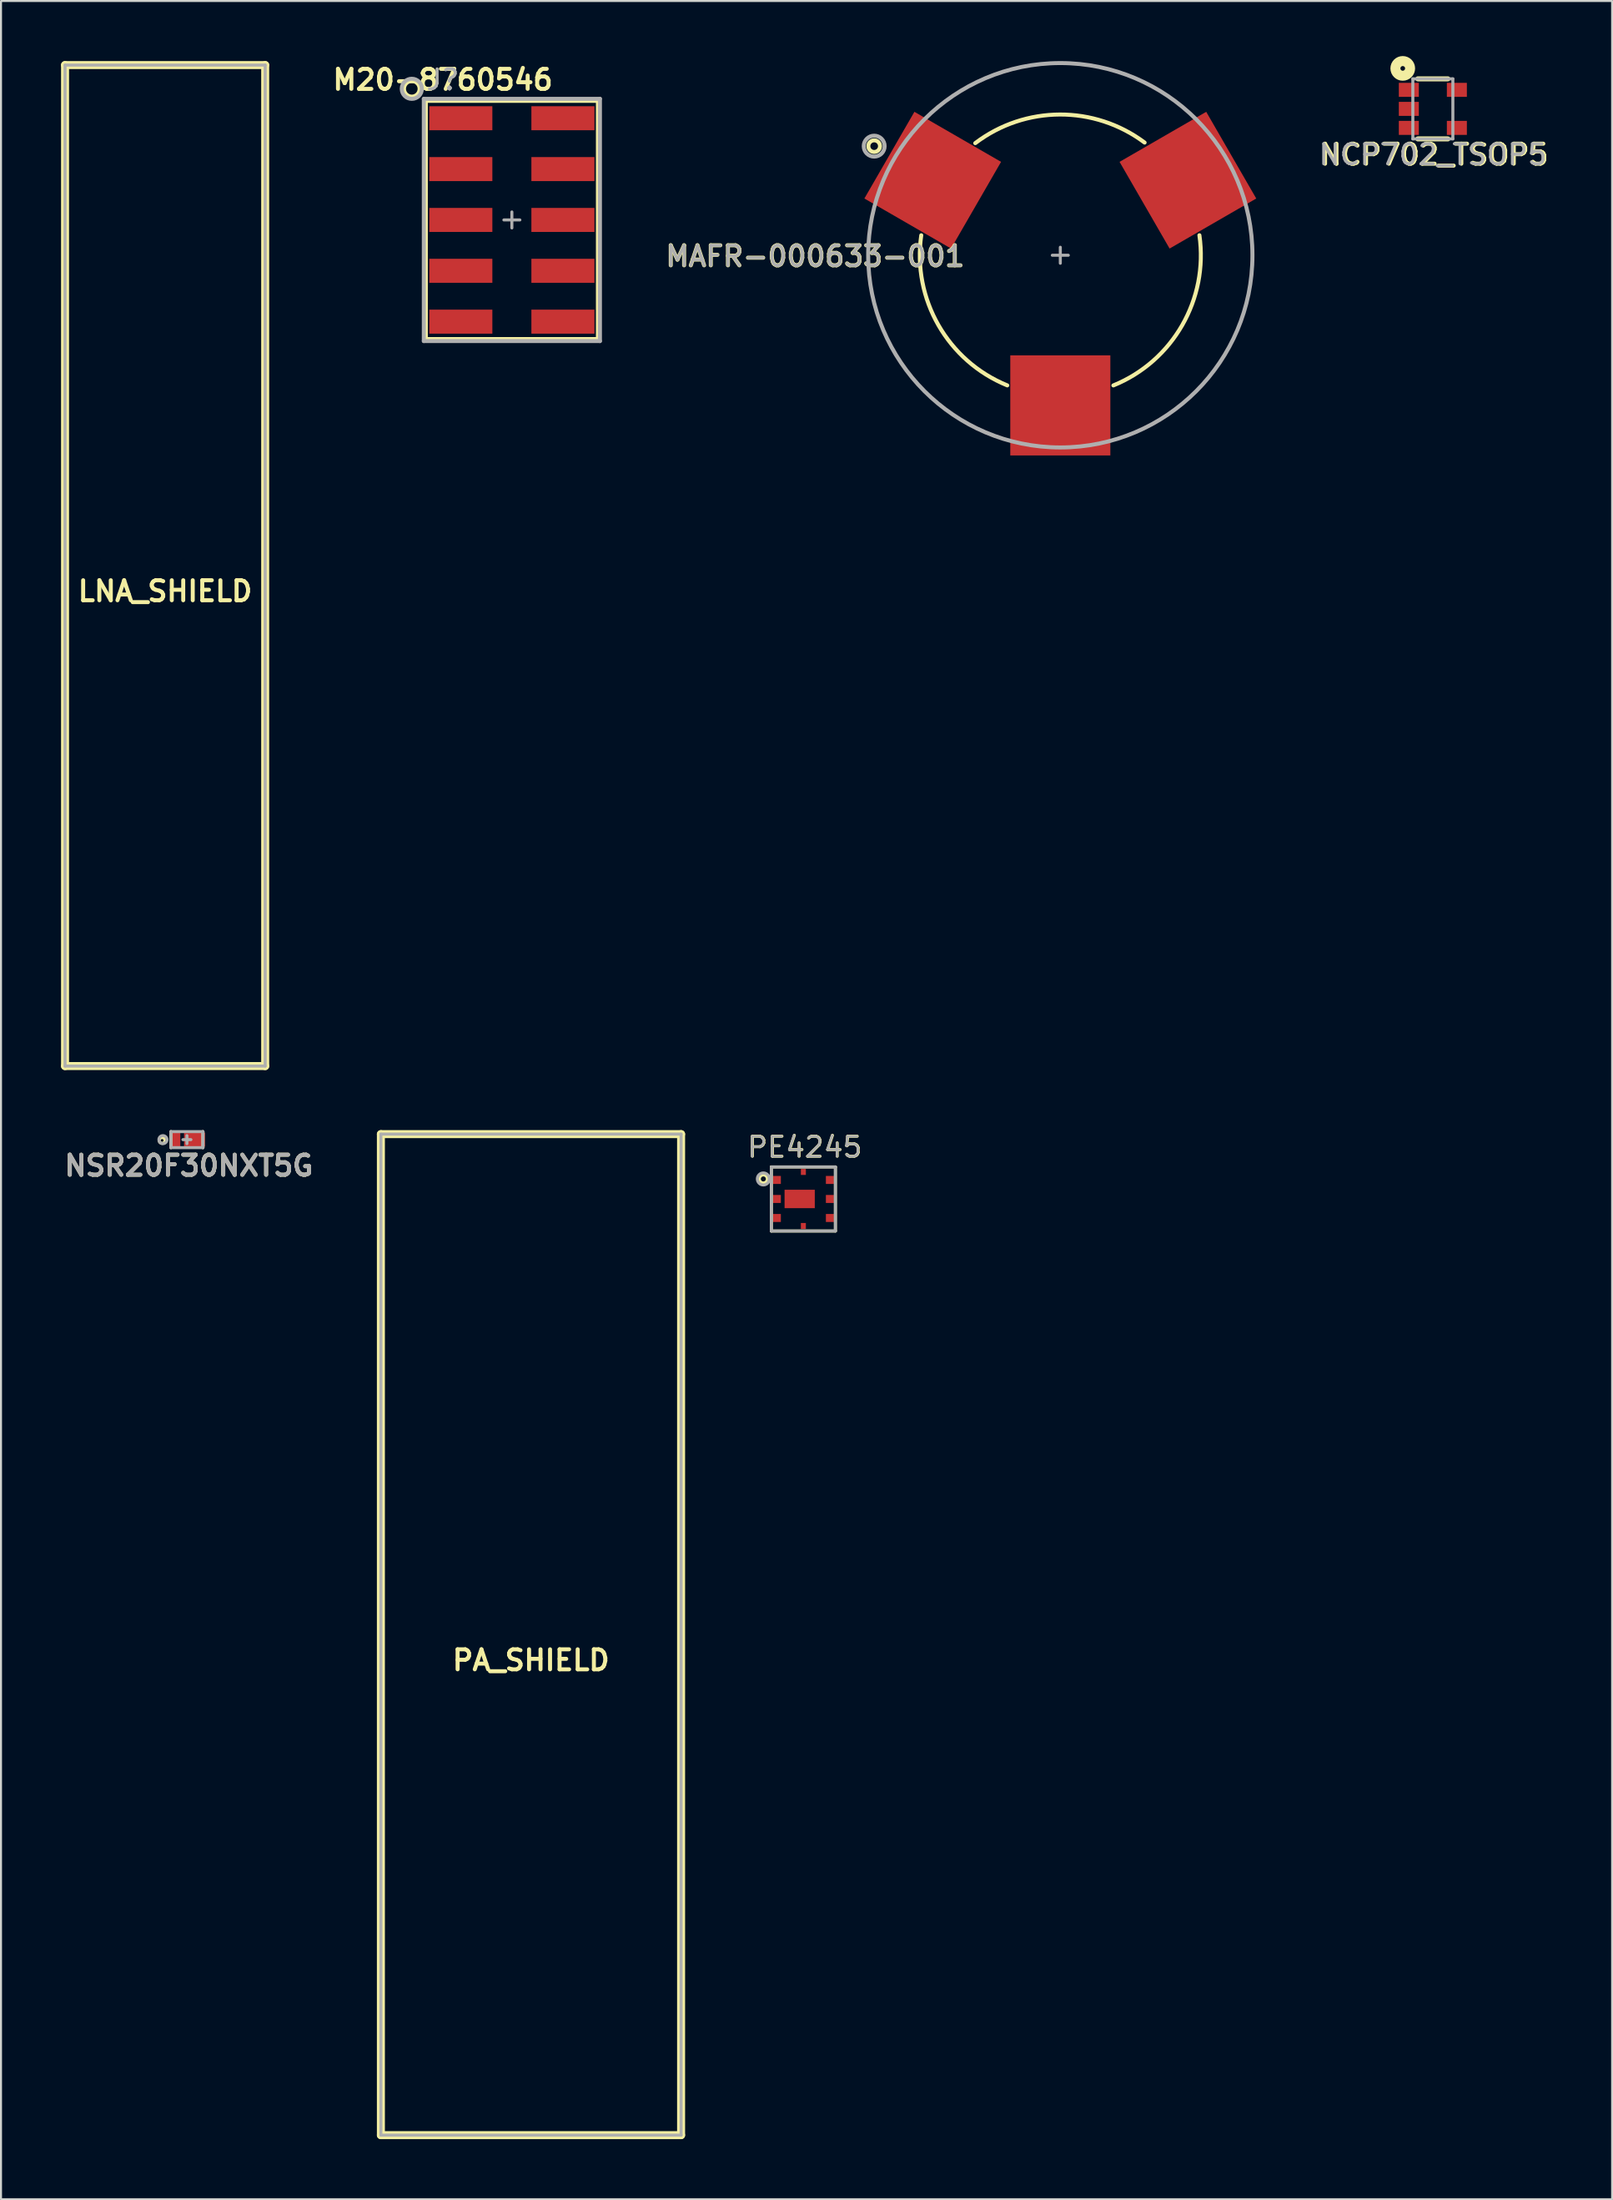
<source format=kicad_pcb>
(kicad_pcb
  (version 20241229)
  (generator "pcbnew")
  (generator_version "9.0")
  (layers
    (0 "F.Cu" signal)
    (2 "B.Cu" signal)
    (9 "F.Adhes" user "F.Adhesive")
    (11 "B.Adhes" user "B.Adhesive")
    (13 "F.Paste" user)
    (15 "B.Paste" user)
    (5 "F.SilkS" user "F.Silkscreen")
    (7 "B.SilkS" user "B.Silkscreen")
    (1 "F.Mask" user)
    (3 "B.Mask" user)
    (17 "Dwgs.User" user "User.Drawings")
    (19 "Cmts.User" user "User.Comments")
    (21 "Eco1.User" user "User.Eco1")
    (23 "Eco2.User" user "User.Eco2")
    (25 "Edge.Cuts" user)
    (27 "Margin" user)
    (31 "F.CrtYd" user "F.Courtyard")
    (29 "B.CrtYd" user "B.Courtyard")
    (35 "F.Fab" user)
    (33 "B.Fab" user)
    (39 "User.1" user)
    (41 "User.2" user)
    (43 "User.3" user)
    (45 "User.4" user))
  (footprint "M20-8760546"
    (layer "F.Cu")
    (at 22.526 7.936)
    (property "Reference" "M20-8760546" (at -3.45 -7 0) (layer "F.SilkS") (effects (font (size 1 1) (thickness 0.2))))
    (attr smd)
    (fp_line (start -4.3 -5.95) (end -4.3 5.95) (stroke (width 0.2) (type solid)) (layer "F.SilkS"))
    (fp_line (start -4.3 -5.95) (end 4.3 -5.95) (stroke (width 0.2) (type solid)) (layer "F.SilkS"))
    (fp_line (start 4.3 -5.95) (end 4.3 5.95) (stroke (width 0.2) (type solid)) (layer "F.SilkS"))
    (fp_line (start 4.3 5.95) (end -4.3 5.95) (stroke (width 0.2) (type solid)) (layer "F.SilkS"))
    (fp_circle (center -5 -6.55) (end -4.7 -6.3) (stroke (width 0.2) (type solid)) (fill no) (layer "F.SilkS"))
    (fp_line (start -4.4 6.05) (end -4.4 -6.05) (stroke (width 0.2) (type solid)) (layer "F.Fab"))
    (fp_line (start -4.4 6.05) (end 4.4 6.05) (stroke (width 0.2) (type solid)) (layer "F.Fab"))
    (fp_line (start -0.4 0) (end 0.4 0) (stroke (width 0.15) (type solid)) (layer "F.Fab"))
    (fp_line (start 0 -0.4) (end 0 0.4) (stroke (width 0.15) (type solid)) (layer "F.Fab"))
    (fp_line (start 4.4 -6.05) (end -4.4 -6.05) (stroke (width 0.2) (type solid)) (layer "F.Fab"))
    (fp_line (start 4.4 -6.05) (end 4.4 6.05) (stroke (width 0.2) (type solid)) (layer "F.Fab"))
    (fp_circle (center -5 -6.55) (end -4.5 -6.6) (stroke (width 0.2) (type solid)) (fill no) (layer "F.Fab"))
    (fp_text user "J?" (at -3.45 -7 0) (layer "F.Fab") (effects (font (size 1 1) (thickness 0.15))))
    (pad "1" smd rect (at -2.55 -5.08) (size 3.15 1.2) (layers "F.Cu" "F.Mask" "F.Paste"))
    (pad "2" smd rect (at 2.55 -5.08) (size 3.15 1.2) (layers "F.Cu" "F.Mask" "F.Paste"))
    (pad "3" smd rect (at -2.55 -2.54) (size 3.15 1.2) (layers "F.Cu" "F.Mask" "F.Paste"))
    (pad "4" smd rect (at 2.55 -2.54) (size 3.15 1.2) (layers "F.Cu" "F.Mask" "F.Paste"))
    (pad "5" smd rect (at -2.55 0) (size 3.15 1.2) (layers "F.Cu" "F.Mask" "F.Paste"))
    (pad "6" smd rect (at 2.55 0) (size 3.15 1.2) (layers "F.Cu" "F.Mask" "F.Paste"))
    (pad "7" smd rect (at -2.55 2.54) (size 3.15 1.2) (layers "F.Cu" "F.Mask" "F.Paste"))
    (pad "8" smd rect (at 2.55 2.54) (size 3.15 1.2) (layers "F.Cu" "F.Mask" "F.Paste"))
    (pad "9" smd rect (at -2.55 5.08) (size 3.15 1.2) (layers "F.Cu" "F.Mask" "F.Paste"))
    (pad "10" smd rect (at 2.55 5.08) (size 3.15 1.2) (layers "F.Cu" "F.Mask" "F.Paste")))
  (footprint "NCP702_TSOP5"
    (layer "F.Cu")
    (at 68.543 2.388)
    (property "Reference" "NCP702_TSOP5" (at 0.066 2.287 0) (layer "F.SilkS") (effects (font (size 1 1) (thickness 0.2))))
    (attr smd)
    (fp_line (start -0.75 -1.5) (end 0.75 -1.5) (stroke (width 0.25) (type solid)) (layer "F.SilkS"))
    (fp_line (start -0.75 1.5) (end 0.75 1.5) (stroke (width 0.25) (type solid)) (layer "F.SilkS"))
    (fp_circle (center -1.504 -2.022) (end -1.402 -2.078) (stroke (width 0.5) (type solid)) (fill no) (layer "F.SilkS"))
    (fp_line (start -1 -1.5) (end 1 -1.5) (stroke (width 0.15) (type solid)) (layer "F.Fab"))
    (fp_line (start -1 1.5) (end -1 -1.5) (stroke (width 0.15) (type solid)) (layer "F.Fab"))
    (fp_line (start 1 -1.5) (end 1 1.5) (stroke (width 0.15) (type solid)) (layer "F.Fab"))
    (fp_line (start 1 1.5) (end -1 1.5) (stroke (width 0.15) (type solid)) (layer "F.Fab"))
    (fp_text user "${REFERENCE}" (at 0 2.286 0) (layer "F.Fab") (effects (font (size 1 1) (thickness 0.15))))
    (pad "1" smd rect (at -1.2 -0.95) (size 1 0.7) (layers "F.Cu" "F.Mask" "F.Paste"))
    (pad "2" smd rect (at -1.2 0) (size 1 0.7) (layers "F.Cu" "F.Mask" "F.Paste"))
    (pad "3" smd rect (at -1.2 0.95) (size 1 0.7) (layers "F.Cu" "F.Mask" "F.Paste"))
    (pad "4" smd rect (at 1.2 0.95) (size 1 0.7) (layers "F.Cu" "F.Mask" "F.Paste"))
    (pad "5" smd rect (at 1.2 -0.95) (size 1 0.7) (layers "F.Cu" "F.Mask" "F.Paste")))
  (footprint "PA_SHIELD"
    (layer "F.Cu")
    (at 23.481 78.6)
    (property "Reference" "PA_SHIELD" (at 0 1.28 0) (layer "F.SilkS") (effects (font (size 1 1) (thickness 0.2))))
    (attr smd)
    (fp_line (start -7.5 -25) (end 7.5 -25) (stroke (width 0.4) (type solid)) (layer "F.SilkS"))
    (fp_line (start -7.5 25) (end -7.5 -25) (stroke (width 0.4) (type solid)) (layer "F.SilkS"))
    (fp_line (start 7.5 -25) (end 7.5 25) (stroke (width 0.4) (type solid)) (layer "F.SilkS"))
    (fp_line (start 7.5 25) (end -7.5 25) (stroke (width 0.4) (type solid)) (layer "F.SilkS"))
    (fp_line (start -7.5 -25) (end -7.5 25) (stroke (width 0.15) (type solid)) (layer "F.Fab"))
    (fp_line (start -7.5 25) (end 7.5 25) (stroke (width 0.15) (type solid)) (layer "F.Fab"))
    (fp_line (start 7.5 -25) (end -7.5 -25) (stroke (width 0.15) (type solid)) (layer "F.Fab"))
    (fp_line (start 7.5 25) (end 7.5 -25) (stroke (width 0.15) (type solid)) (layer "F.Fab")))
  (footprint "NSR20F30NXT5G"
    (layer "F.Cu")
    (at 6.29 53.875)
    (property "Reference" "NSR20F30NXT5G" (at 0.1 1.3 0) (layer "F.SilkS") (effects (font (size 1 1) (thickness 0.2))))
    (attr through_hole)
    (fp_line (start -0.8 -0.4) (end -0.8 0.4) (stroke (width 0.15) (type solid)) (layer "F.SilkS"))
    (fp_line (start 0.8 -0.4) (end 0.8 0.4) (stroke (width 0.15) (type solid)) (layer "F.SilkS"))
    (fp_circle (center -1.24 0.04) (end -1.133 0.14) (stroke (width 0.152) (type solid)) (fill no) (layer "F.SilkS"))
    (fp_line (start -0.8 -0.4) (end -0.8 0.4) (stroke (width 0.15) (type solid)) (layer "F.Fab"))
    (fp_line (start -0.8 -0.4) (end 0.8 -0.4) (stroke (width 0.15) (type solid)) (layer "F.Fab"))
    (fp_line (start -0.8 0.4) (end 0.8 0.4) (stroke (width 0.15) (type solid)) (layer "F.Fab"))
    (fp_line (start -0.2 0) (end 0.2 0) (stroke (width 0.15) (type solid)) (layer "F.Fab"))
    (fp_line (start 0 -0.2) (end 0 0.2) (stroke (width 0.15) (type solid)) (layer "F.Fab"))
    (fp_line (start 0.8 -0.4) (end 0.8 0.4) (stroke (width 0.15) (type solid)) (layer "F.Fab"))
    (fp_circle (center -1.2 0) (end -1 0) (stroke (width 0.15) (type solid)) (fill no) (layer "F.Fab"))
    (fp_text user "${REFERENCE}" (at 0.1 1.3 0) (layer "F.Fab") (effects (font (size 1 1) (thickness 0.2))))
    (pad "1" smd rect (at -0.59 0) (size 0.52 0.7) (layers "F.Cu" "F.Mask" "F.Paste"))
    (pad "2" smd rect (at 0.38 0) (size 1.05 0.7) (layers "F.Cu" "F.Mask" "F.Paste")))
  (footprint "MAFR-000633-001"
    (layer "F.Cu")
    (at 49.929 9.7)
    (property "Reference" "MAFR-000633-001" (at -12.25 0.05 0) (layer "F.SilkS") (effects (font (size 1 1) (thickness 0.2))))
    (attr smd)
    (fp_arc (start -4.25 -5.6) (mid -0.024037 -7.030073) (end 4.211607 -5.628931) (stroke (width 0.2) (type solid)) (layer "F.SilkS"))
    (fp_arc (start -2.65 6.5) (mid -6.090028 3.490567) (end -6.948015 -0.998791) (stroke (width 0.2) (type solid)) (layer "F.SilkS"))
    (fp_arc (start 6.95 -1) (mid 6.092336 3.490836) (end 2.651653 6.501633) (stroke (width 0.2) (type solid)) (layer "F.SilkS"))
    (fp_circle (center -9.3 -5.45) (end -9.05 -5.3) (stroke (width 0.2) (type solid)) (fill no) (layer "F.SilkS"))
    (fp_line (start -0.4 0) (end 0.4 0) (stroke (width 0.15) (type solid)) (layer "F.Fab"))
    (fp_line (start 0 -0.4) (end 0 0.4) (stroke (width 0.15) (type solid)) (layer "F.Fab"))
    (fp_circle (center -9.3 -5.45) (end -8.8 -5.3) (stroke (width 0.2) (type solid)) (fill no) (layer "F.Fab"))
    (fp_circle (center 0 0) (end 9.6 0) (stroke (width 0.2) (type solid)) (fill no) (layer "F.Fab"))
    (fp_text user "${REFERENCE}" (at -12.25 0.05 0) (layer "F.Fab") (effects (font (size 1 1) (thickness 0.15))))
    (pad "1" smd rect (at -6.375 -3.75 60) (size 5 5) (layers "F.Cu" "F.Mask" "F.Paste"))
    (pad "2" smd rect (at 6.375 -3.75 300) (size 5 5) (layers "F.Cu" "F.Mask" "F.Paste"))
    (pad "3" smd rect (at 0 7.5) (size 5 5) (layers "F.Cu" "F.Mask" "F.Paste")))
  (footprint "PE4245"
    (layer "F.Cu")
    (at 37.091 56.838)
    (property "Reference" "PE4245" (at 0.072 -2.589 0) (layer "F.SilkS") (effects (font (size 1 1) (thickness 0.15))))
    (attr smd)
    (fp_line (start -1.6 -1.6) (end -1.6 1.6) (stroke (width 0.15) (type solid)) (layer "F.SilkS"))
    (fp_line (start -1.6 -1.6) (end 1.6 -1.6) (stroke (width 0.15) (type solid)) (layer "F.SilkS"))
    (fp_line (start -1.6 1.6) (end 1.6 1.6) (stroke (width 0.15) (type solid)) (layer "F.SilkS"))
    (fp_line (start 1.6 -1.6) (end 1.6 1.6) (stroke (width 0.15) (type solid)) (layer "F.SilkS"))
    (fp_circle (center -2 -1) (end -1.8 -1) (stroke (width 0.15) (type solid)) (fill no) (layer "F.SilkS"))
    (fp_line (start -1.6 1.6) (end -1.6 -1.6) (stroke (width 0.15) (type solid)) (layer "F.Fab"))
    (fp_line (start 1.6 -1.6) (end -1.6 -1.6) (stroke (width 0.15) (type solid)) (layer "F.Fab"))
    (fp_line (start 1.6 1.6) (end -1.6 1.6) (stroke (width 0.15) (type solid)) (layer "F.Fab"))
    (fp_line (start 1.6 1.6) (end 1.6 -1.6) (stroke (width 0.15) (type solid)) (layer "F.Fab"))
    (fp_circle (center -2 -1) (end -1.7 -1) (stroke (width 0.15) (type solid)) (fill no) (layer "F.Fab"))
    (fp_text user "${REFERENCE}" (at 0.059 -2.589 0) (layer "F.Fab") (effects (font (size 1 1) (thickness 0.12))))
    (pad "1" smd rect (at -1.325 -0.95) (size 0.4 0.4) (layers "F.Cu" "F.Mask" "F.Paste"))
    (pad "2" smd rect (at -1.325 0) (size 0.4 0.4) (layers "F.Cu" "F.Mask" "F.Paste"))
    (pad "2" smd rect (at -0.185 0) (size 1.51 0.92) (layers "F.Cu" "F.Mask" "F.Paste"))
    (pad "2" smd rect (at 0 -1.35) (size 0.25 0.3) (layers "F.Cu" "F.Mask" "F.Paste"))
    (pad "2" smd rect (at 0 1.35) (size 0.25 0.3) (layers "F.Cu" "F.Mask" "F.Paste"))
    (pad "3" smd rect (at -1.325 0.95) (size 0.4 0.4) (layers "F.Cu" "F.Mask" "F.Paste"))
    (pad "4" smd rect (at 1.325 0.95) (size 0.4 0.4) (layers "F.Cu" "F.Mask" "F.Paste"))
    (pad "5" smd rect (at 1.325 0) (size 0.4 0.4) (layers "F.Cu" "F.Mask" "F.Paste"))
    (pad "6" smd rect (at 1.325 -0.95) (size 0.4 0.4) (layers "F.Cu" "F.Mask" "F.Paste")))
  (footprint "LNA_SHIELD"
    (layer "F.Cu")
    (at 5.2 25.2)
    (property "Reference" "LNA_SHIELD" (at 0 1.28 0) (layer "F.SilkS") (effects (font (size 1 1) (thickness 0.2))))
    (attr smd)
    (fp_line (start -5 -25) (end 5 -25) (stroke (width 0.4) (type solid)) (layer "F.SilkS"))
    (fp_line (start -5 25) (end -5 -25) (stroke (width 0.4) (type solid)) (layer "F.SilkS"))
    (fp_line (start 5 -25) (end 5 25) (stroke (width 0.4) (type solid)) (layer "F.SilkS"))
    (fp_line (start 5 25) (end -5 25) (stroke (width 0.4) (type solid)) (layer "F.SilkS"))
    (fp_line (start -5 -25) (end 5 -25) (stroke (width 0.15) (type solid)) (layer "F.Fab"))
    (fp_line (start -5 25) (end -5 -25) (stroke (width 0.15) (type solid)) (layer "F.Fab"))
    (fp_line (start 5 -25) (end 5 25) (stroke (width 0.15) (type solid)) (layer "F.Fab"))
    (fp_line (start 5 25) (end -5 25) (stroke (width 0.15) (type solid)) (layer "F.Fab")))
  (gr_rect
    (start -3 -3)
    (end 77.5 106.8)
    (stroke (width 0.1) (type default))
    (fill no)
    (layer "Edge.Cuts")))
</source>
